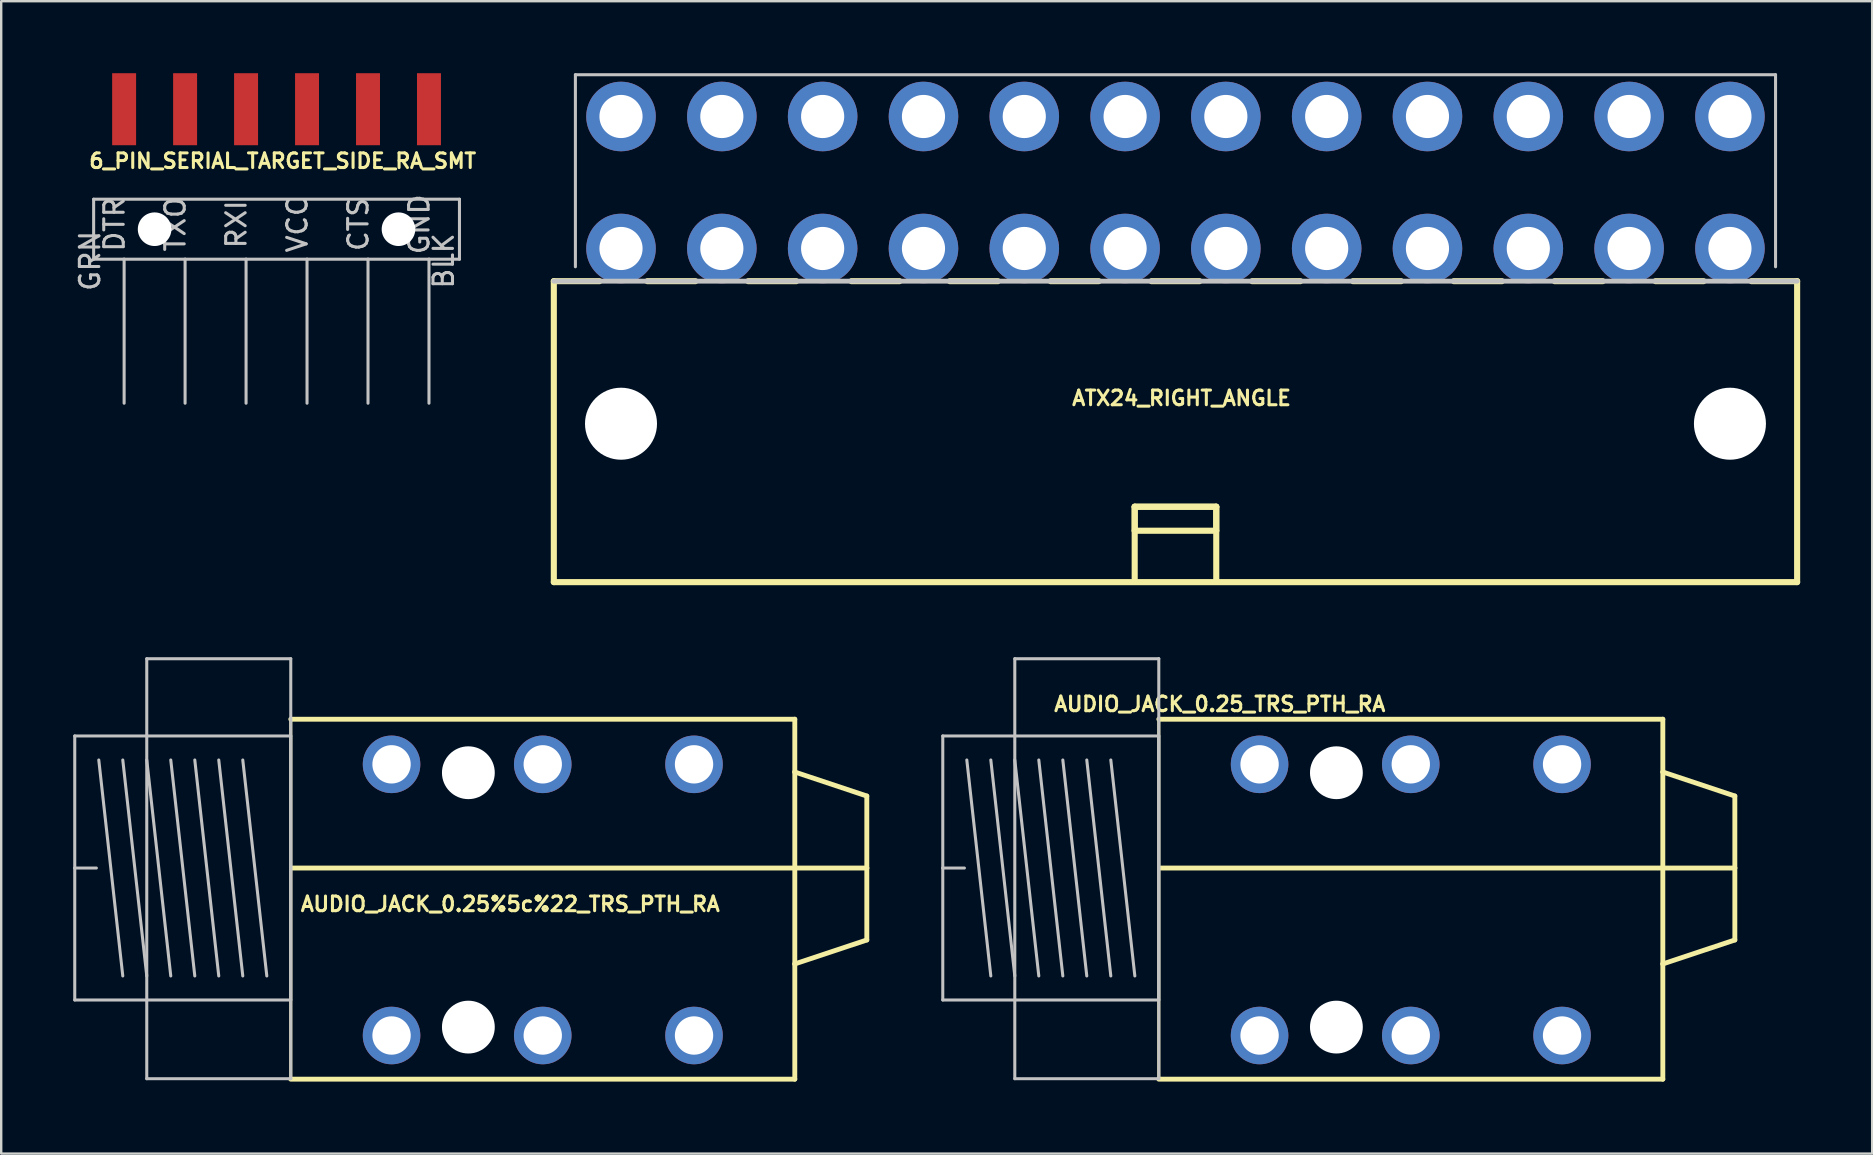
<source format=kicad_pcb>
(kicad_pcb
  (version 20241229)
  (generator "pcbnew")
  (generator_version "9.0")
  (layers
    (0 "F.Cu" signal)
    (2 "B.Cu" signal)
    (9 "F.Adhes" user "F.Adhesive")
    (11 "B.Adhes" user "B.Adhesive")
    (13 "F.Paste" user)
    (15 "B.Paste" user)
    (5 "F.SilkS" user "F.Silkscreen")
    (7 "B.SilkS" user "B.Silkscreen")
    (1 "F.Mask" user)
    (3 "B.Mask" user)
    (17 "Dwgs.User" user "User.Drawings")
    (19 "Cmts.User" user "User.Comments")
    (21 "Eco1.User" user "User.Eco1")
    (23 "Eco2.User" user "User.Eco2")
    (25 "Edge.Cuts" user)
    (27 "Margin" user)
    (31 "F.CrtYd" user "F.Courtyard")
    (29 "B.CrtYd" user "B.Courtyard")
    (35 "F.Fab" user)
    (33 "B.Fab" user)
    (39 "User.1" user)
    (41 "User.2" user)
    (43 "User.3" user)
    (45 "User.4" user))
  (footprint "6_PIN_SERIAL_TARGET_SIDE_RA_SMT"
    (layer "F.Cu")
    (at 8.471 6.499)
    (property "Reference" "6_PIN_SERIAL_TARGET_SIDE_RA_SMT" (at 0.254 -2.845 0) (layer "F.SilkS") (effects (font (size 0.61 0.61) (thickness 0.127))))
    (attr smd)
    (fp_line (start -7.62 -1.25) (end -7.62 1.25) (stroke (width 0.127) (type solid)) (layer "Dwgs.User"))
    (fp_line (start -7.62 1.25) (end -6.35 1.25) (stroke (width 0.127) (type solid)) (layer "Dwgs.User"))
    (fp_line (start -6.35 1.25) (end -6.35 7.249) (stroke (width 0.127) (type solid)) (layer "Dwgs.User"))
    (fp_line (start -6.35 1.25) (end -3.81 1.25) (stroke (width 0.127) (type solid)) (layer "Dwgs.User"))
    (fp_line (start -3.81 1.25) (end -3.81 7.249) (stroke (width 0.127) (type solid)) (layer "Dwgs.User"))
    (fp_line (start -3.81 1.25) (end -1.27 1.25) (stroke (width 0.127) (type solid)) (layer "Dwgs.User"))
    (fp_line (start -1.27 1.25) (end -1.27 7.249) (stroke (width 0.127) (type solid)) (layer "Dwgs.User"))
    (fp_line (start -1.27 1.25) (end 1.27 1.25) (stroke (width 0.127) (type solid)) (layer "Dwgs.User"))
    (fp_line (start 1.27 1.25) (end 1.27 7.249) (stroke (width 0.127) (type solid)) (layer "Dwgs.User"))
    (fp_line (start 1.27 1.25) (end 3.81 1.25) (stroke (width 0.127) (type solid)) (layer "Dwgs.User"))
    (fp_line (start 3.81 1.25) (end 3.81 7.249) (stroke (width 0.127) (type solid)) (layer "Dwgs.User"))
    (fp_line (start 3.81 1.25) (end 6.35 1.25) (stroke (width 0.127) (type solid)) (layer "Dwgs.User"))
    (fp_line (start 6.35 1.25) (end 6.35 7.249) (stroke (width 0.127) (type solid)) (layer "Dwgs.User"))
    (fp_line (start 6.35 1.25) (end 7.62 1.25) (stroke (width 0.127) (type solid)) (layer "Dwgs.User"))
    (fp_line (start 7.62 -1.25) (end -7.62 -1.25) (stroke (width 0.127) (type solid)) (layer "Dwgs.User"))
    (fp_line (start 7.62 1.25) (end 7.62 -1.25) (stroke (width 0.127) (type solid)) (layer "Dwgs.User"))
    (fp_text user "GND" (at 5.944 -0.203 90) (layer "Dwgs.User") (effects (font (size 0.813 0.813) (thickness 0.127))))
    (fp_text user "RXI" (at -1.676 -0.203 90) (layer "Dwgs.User") (effects (font (size 0.813 0.813) (thickness 0.127))))
    (fp_text user "CTS" (at 3.404 -0.203 90) (layer "Dwgs.User") (effects (font (size 0.813 0.813) (thickness 0.127))))
    (fp_text user "TXO" (at -4.216 -0.203 90) (layer "Dwgs.User") (effects (font (size 0.813 0.813) (thickness 0.127))))
    (fp_text user "VCC" (at 0.864 -0.203 90) (layer "Dwgs.User") (effects (font (size 0.813 0.813) (thickness 0.127))))
    (fp_text user "GRN" (at -7.772 1.321 90) (layer "Dwgs.User") (effects (font (size 0.813 0.813) (thickness 0.127))))
    (fp_text user "BLK" (at 6.96 1.321 90) (layer "Dwgs.User") (effects (font (size 0.813 0.813) (thickness 0.127))))
    (fp_text user "DTR" (at -6.756 -0.203 90) (layer "Dwgs.User") (effects (font (size 0.813 0.813) (thickness 0.127))))
    (pad "" np_thru_hole circle (at -5.08 0) (size 1.4 1.4) (drill 1.4) (layers "*.Cu" "*.Mask"))
    (pad "" np_thru_hole circle (at 5.08 0) (size 1.4 1.4) (drill 1.4) (layers "*.Cu" "*.Mask"))
    (pad "1" smd rect (at -6.35 -4.999 90) (size 3 0.998) (layers "F.Cu" "F.Mask" "F.Paste"))
    (pad "2" smd rect (at -3.81 -4.999 90) (size 3 0.998) (layers "F.Cu" "F.Mask" "F.Paste"))
    (pad "3" smd rect (at -1.27 -4.999 90) (size 3 0.998) (layers "F.Cu" "F.Mask" "F.Paste"))
    (pad "4" smd rect (at 1.27 -4.999 90) (size 3 0.998) (layers "F.Cu" "F.Mask" "F.Paste"))
    (pad "5" smd rect (at 3.81 -4.999 90) (size 3 0.998) (layers "F.Cu" "F.Mask" "F.Paste"))
    (pad "6" smd rect (at 6.35 -4.999 90) (size 3 0.998) (layers "F.Cu" "F.Mask" "F.Paste")))
  (footprint "AUDIO_JACK_0.25%5c%22_TRS_PTH_RA"
    (layer "F.Cu")
    (at 9.063 33.14)
    (property "Reference" "AUDIO_JACK_0.25%5c%22_TRS_PTH_RA" (at 9.144 1.473 0) (layer "F.SilkS") (effects (font (size 0.61 0.61) (thickness 0.127))))
    (attr exclude_from_pos_files exclude_from_bom)
    (fp_line (start 0 -6.228) (end 0 8.768) (stroke (width 0.127) (type solid)) (layer "F.SilkS"))
    (fp_line (start 0 8.768) (end 20.998 8.768) (stroke (width 0.203) (type solid)) (layer "F.SilkS"))
    (fp_line (start 0.094 -0.028) (end 23.998 -0.028) (stroke (width 0.203) (type solid)) (layer "F.SilkS"))
    (fp_line (start 20.998 -6.228) (end 0 -6.228) (stroke (width 0.203) (type solid)) (layer "F.SilkS"))
    (fp_line (start 20.998 -4.028) (end 20.998 -6.228) (stroke (width 0.203) (type solid)) (layer "F.SilkS"))
    (fp_line (start 20.998 3.967) (end 20.998 -4.028) (stroke (width 0.203) (type solid)) (layer "F.SilkS"))
    (fp_line (start 20.998 8.768) (end 20.998 3.967) (stroke (width 0.203) (type solid)) (layer "F.SilkS"))
    (fp_line (start 23.998 -3.028) (end 20.998 -4.028) (stroke (width 0.203) (type solid)) (layer "F.SilkS"))
    (fp_line (start 23.998 -0.028) (end 23.998 -3.028) (stroke (width 0.203) (type solid)) (layer "F.SilkS"))
    (fp_line (start 23.998 -0.028) (end 23.998 2.969) (stroke (width 0.203) (type solid)) (layer "F.SilkS"))
    (fp_line (start 23.998 2.969) (end 20.998 3.967) (stroke (width 0.203) (type solid)) (layer "F.SilkS"))
    (fp_line (start -8.999 -5.53) (end 0 -5.53) (stroke (width 0.127) (type solid)) (layer "Dwgs.User"))
    (fp_line (start -8.999 -0.028) (end -8.999 -5.53) (stroke (width 0.127) (type solid)) (layer "Dwgs.User"))
    (fp_line (start -8.999 -0.028) (end -8.098 -0.028) (stroke (width 0.127) (type solid)) (layer "Dwgs.User"))
    (fp_line (start -8.999 5.469) (end -8.999 -0.028) (stroke (width 0.127) (type solid)) (layer "Dwgs.User"))
    (fp_line (start -7.998 -4.529) (end -6.998 4.468) (stroke (width 0.127) (type solid)) (layer "Dwgs.User"))
    (fp_line (start -6.998 -4.529) (end -5.999 4.468) (stroke (width 0.127) (type solid)) (layer "Dwgs.User"))
    (fp_line (start -5.999 -8.748) (end -5.999 8.748) (stroke (width 0.127) (type solid)) (layer "Dwgs.User"))
    (fp_line (start -5.999 -8.748) (end 0 -8.748) (stroke (width 0.127) (type solid)) (layer "Dwgs.User"))
    (fp_line (start -5.999 -4.529) (end -4.999 4.468) (stroke (width 0.127) (type solid)) (layer "Dwgs.User"))
    (fp_line (start -5.999 8.748) (end 0 8.748) (stroke (width 0.127) (type solid)) (layer "Dwgs.User"))
    (fp_line (start -4.999 -4.529) (end -3.998 4.468) (stroke (width 0.127) (type solid)) (layer "Dwgs.User"))
    (fp_line (start -3.998 -4.529) (end -3 4.468) (stroke (width 0.127) (type solid)) (layer "Dwgs.User"))
    (fp_line (start -3 -4.529) (end -1.999 4.468) (stroke (width 0.127) (type solid)) (layer "Dwgs.User"))
    (fp_line (start -1.999 -4.529) (end -0.998 4.468) (stroke (width 0.127) (type solid)) (layer "Dwgs.User"))
    (fp_line (start 0 -8.748) (end 0 8.748) (stroke (width 0.127) (type solid)) (layer "Dwgs.User"))
    (fp_line (start 0 -5.53) (end 0 5.469) (stroke (width 0.127) (type solid)) (layer "Dwgs.User"))
    (fp_line (start 0 5.469) (end -8.999 5.469) (stroke (width 0.127) (type solid)) (layer "Dwgs.User"))
    (pad "" np_thru_hole circle (at 7.399 -3.998) (size 2.2 2.2) (drill 2.2) (layers "*.Cu" "*.Mask"))
    (pad "" np_thru_hole circle (at 7.399 6.599) (size 2.2 2.2) (drill 2.2) (layers "*.Cu" "*.Mask"))
    (pad "RING" thru_hole circle (at 10.498 -4.348) (size 2.398 2.398) (drill 1.598) (layers "*.Cu" "*.Paste" "*.Mask"))
    (pad "RING" thru_hole circle (at 10.498 6.949) (size 2.398 2.398) (drill 1.598) (layers "*.Cu" "*.Paste" "*.Mask"))
    (pad "SLEE" thru_hole circle (at 4.199 -4.348) (size 2.398 2.398) (drill 1.598) (layers "*.Cu" "*.Paste" "*.Mask"))
    (pad "SLEE" thru_hole circle (at 4.199 6.949) (size 2.398 2.398) (drill 1.598) (layers "*.Cu" "*.Paste" "*.Mask"))
    (pad "TIP" thru_hole circle (at 16.8 6.949) (size 2.398 2.398) (drill 1.598) (layers "*.Cu" "*.Paste" "*.Mask"))
    (pad "TIP-" thru_hole circle (at 16.8 -4.348) (size 2.398 2.398) (drill 1.598) (layers "*.Cu" "*.Paste" "*.Mask")))
  (footprint "AUDIO_JACK_0.25_TRS_PTH_RA"
    (layer "F.Cu")
    (at 45.225 33.14)
    (property "Reference" "AUDIO_JACK_0.25_TRS_PTH_RA" (at 2.54 -6.858 0) (layer "F.SilkS") (effects (font (size 0.61 0.61) (thickness 0.127))))
    (attr exclude_from_pos_files exclude_from_bom)
    (fp_line (start 0 -6.228) (end 0 8.768) (stroke (width 0.127) (type solid)) (layer "F.SilkS"))
    (fp_line (start 0 8.768) (end 20.998 8.768) (stroke (width 0.203) (type solid)) (layer "F.SilkS"))
    (fp_line (start 0.094 -0.028) (end 23.998 -0.028) (stroke (width 0.203) (type solid)) (layer "F.SilkS"))
    (fp_line (start 20.998 -6.228) (end 0 -6.228) (stroke (width 0.203) (type solid)) (layer "F.SilkS"))
    (fp_line (start 20.998 -4.028) (end 20.998 -6.228) (stroke (width 0.203) (type solid)) (layer "F.SilkS"))
    (fp_line (start 20.998 3.967) (end 20.998 -4.028) (stroke (width 0.203) (type solid)) (layer "F.SilkS"))
    (fp_line (start 20.998 8.768) (end 20.998 3.967) (stroke (width 0.203) (type solid)) (layer "F.SilkS"))
    (fp_line (start 23.998 -3.028) (end 20.998 -4.028) (stroke (width 0.203) (type solid)) (layer "F.SilkS"))
    (fp_line (start 23.998 -0.028) (end 23.998 -3.028) (stroke (width 0.203) (type solid)) (layer "F.SilkS"))
    (fp_line (start 23.998 -0.028) (end 23.998 2.969) (stroke (width 0.203) (type solid)) (layer "F.SilkS"))
    (fp_line (start 23.998 2.969) (end 20.998 3.967) (stroke (width 0.203) (type solid)) (layer "F.SilkS"))
    (fp_line (start -8.999 -5.53) (end 0 -5.53) (stroke (width 0.127) (type solid)) (layer "Dwgs.User"))
    (fp_line (start -8.999 -0.028) (end -8.999 -5.53) (stroke (width 0.127) (type solid)) (layer "Dwgs.User"))
    (fp_line (start -8.999 -0.028) (end -8.098 -0.028) (stroke (width 0.127) (type solid)) (layer "Dwgs.User"))
    (fp_line (start -8.999 5.469) (end -8.999 -0.028) (stroke (width 0.127) (type solid)) (layer "Dwgs.User"))
    (fp_line (start -7.998 -4.529) (end -6.998 4.468) (stroke (width 0.127) (type solid)) (layer "Dwgs.User"))
    (fp_line (start -6.998 -4.529) (end -5.999 4.468) (stroke (width 0.127) (type solid)) (layer "Dwgs.User"))
    (fp_line (start -5.999 -8.748) (end -5.999 8.748) (stroke (width 0.127) (type solid)) (layer "Dwgs.User"))
    (fp_line (start -5.999 -8.748) (end 0 -8.748) (stroke (width 0.127) (type solid)) (layer "Dwgs.User"))
    (fp_line (start -5.999 -4.529) (end -4.999 4.468) (stroke (width 0.127) (type solid)) (layer "Dwgs.User"))
    (fp_line (start -5.999 8.748) (end 0 8.748) (stroke (width 0.127) (type solid)) (layer "Dwgs.User"))
    (fp_line (start -4.999 -4.529) (end -3.998 4.468) (stroke (width 0.127) (type solid)) (layer "Dwgs.User"))
    (fp_line (start -3.998 -4.529) (end -3 4.468) (stroke (width 0.127) (type solid)) (layer "Dwgs.User"))
    (fp_line (start -3 -4.529) (end -1.999 4.468) (stroke (width 0.127) (type solid)) (layer "Dwgs.User"))
    (fp_line (start -1.999 -4.529) (end -0.998 4.468) (stroke (width 0.127) (type solid)) (layer "Dwgs.User"))
    (fp_line (start 0 -8.748) (end 0 8.748) (stroke (width 0.127) (type solid)) (layer "Dwgs.User"))
    (fp_line (start 0 -5.53) (end 0 5.469) (stroke (width 0.127) (type solid)) (layer "Dwgs.User"))
    (fp_line (start 0 5.469) (end -8.999 5.469) (stroke (width 0.127) (type solid)) (layer "Dwgs.User"))
    (pad "" np_thru_hole circle (at 7.399 -3.998) (size 2.2 2.2) (drill 2.2) (layers "*.Cu" "*.Mask"))
    (pad "" np_thru_hole circle (at 7.399 6.599) (size 2.2 2.2) (drill 2.2) (layers "*.Cu" "*.Mask"))
    (pad "RING" thru_hole circle (at 10.498 -4.348) (size 2.398 2.398) (drill 1.598) (layers "*.Cu" "*.Paste" "*.Mask"))
    (pad "RING" thru_hole circle (at 10.498 6.949) (size 2.398 2.398) (drill 1.598) (layers "*.Cu" "*.Paste" "*.Mask"))
    (pad "SLEE" thru_hole circle (at 4.199 -4.348) (size 2.398 2.398) (drill 1.598) (layers "*.Cu" "*.Paste" "*.Mask"))
    (pad "SLEE" thru_hole circle (at 4.199 6.949) (size 2.398 2.398) (drill 1.598) (layers "*.Cu" "*.Paste" "*.Mask"))
    (pad "TIP" thru_hole circle (at 16.8 6.949) (size 2.398 2.398) (drill 1.598) (layers "*.Cu" "*.Paste" "*.Mask"))
    (pad "TIP-" thru_hole circle (at 16.8 -4.348) (size 2.398 2.398) (drill 1.598) (layers "*.Cu" "*.Paste" "*.Mask")))
  (footprint "ATX24_RIGHT_ANGLE"
    (layer "F.Cu")
    (at 45.92 12.062)
    (property "Reference" "ATX24_RIGHT_ANGLE" (at 0.254 1.473 0) (layer "F.SilkS") (effects (font (size 0.61 0.61) (thickness 0.127))))
    (attr exclude_from_pos_files exclude_from_bom)
    (fp_line (start -25.898 -3.399) (end -25.898 9.139) (stroke (width 0.254) (type solid)) (layer "F.SilkS"))
    (fp_line (start -25.898 -3.399) (end -23.998 -3.399) (stroke (width 0.254) (type solid)) (layer "F.SilkS"))
    (fp_line (start -25.898 9.139) (end 25.898 9.139) (stroke (width 0.254) (type solid)) (layer "F.SilkS"))
    (fp_line (start -20 -3.399) (end -21.999 -3.399) (stroke (width 0.254) (type solid)) (layer "F.SilkS"))
    (fp_line (start -15.799 -3.399) (end -17.798 -3.399) (stroke (width 0.254) (type solid)) (layer "F.SilkS"))
    (fp_line (start -11.499 -3.399) (end -13.498 -3.399) (stroke (width 0.254) (type solid)) (layer "F.SilkS"))
    (fp_line (start -7.399 -3.399) (end -9.398 -3.399) (stroke (width 0.254) (type solid)) (layer "F.SilkS"))
    (fp_line (start -3.198 -3.399) (end -5.199 -3.399) (stroke (width 0.254) (type solid)) (layer "F.SilkS"))
    (fp_line (start -1.699 5.999) (end -1.699 6.998) (stroke (width 0.254) (type solid)) (layer "F.SilkS"))
    (fp_line (start -1.699 5.999) (end 1.699 5.999) (stroke (width 0.254) (type solid)) (layer "F.SilkS"))
    (fp_line (start -1.699 6.998) (end 1.699 6.998) (stroke (width 0.254) (type solid)) (layer "F.SilkS"))
    (fp_line (start -1.699 8.999) (end -1.699 5.999) (stroke (width 0.254) (type solid)) (layer "F.SilkS"))
    (fp_line (start 0.998 -3.399) (end -0.998 -3.399) (stroke (width 0.254) (type solid)) (layer "F.SilkS"))
    (fp_line (start 1.699 5.999) (end -1.699 5.999) (stroke (width 0.254) (type solid)) (layer "F.SilkS"))
    (fp_line (start 1.699 5.999) (end 1.699 8.999) (stroke (width 0.254) (type solid)) (layer "F.SilkS"))
    (fp_line (start 1.699 6.998) (end 1.699 5.999) (stroke (width 0.254) (type solid)) (layer "F.SilkS"))
    (fp_line (start 5.199 -3.399) (end 3.198 -3.399) (stroke (width 0.254) (type solid)) (layer "F.SilkS"))
    (fp_line (start 9.398 -3.399) (end 7.399 -3.399) (stroke (width 0.254) (type solid)) (layer "F.SilkS"))
    (fp_line (start 13.599 -3.399) (end 11.598 -3.399) (stroke (width 0.254) (type solid)) (layer "F.SilkS"))
    (fp_line (start 17.798 -3.399) (end 15.799 -3.399) (stroke (width 0.254) (type solid)) (layer "F.SilkS"))
    (fp_line (start 21.999 -3.399) (end 20 -3.399) (stroke (width 0.254) (type solid)) (layer "F.SilkS"))
    (fp_line (start 25.898 -3.399) (end 23.998 -3.399) (stroke (width 0.254) (type solid)) (layer "F.SilkS"))
    (fp_line (start 25.898 9.139) (end 25.898 -3.399) (stroke (width 0.254) (type solid)) (layer "F.SilkS"))
    (fp_line (start -24.999 -11.999) (end 24.999 -11.999) (stroke (width 0.127) (type solid)) (layer "Dwgs.User"))
    (fp_line (start -24.999 -3.998) (end -24.999 -11.999) (stroke (width 0.127) (type solid)) (layer "Dwgs.User"))
    (fp_line (start 24.999 -11.999) (end 24.999 -3.998) (stroke (width 0.127) (type solid)) (layer "Dwgs.User"))
    (fp_line (start 25.898 -3.399) (end -25.898 -3.399) (stroke (width 0.203) (type solid)) (layer "Dwgs.User"))
    (pad "" np_thru_hole circle (at -23.099 2.54) (size 3 3) (drill 3) (layers "*.Cu" "*.Mask"))
    (pad "" np_thru_hole circle (at 23.099 2.54) (size 3 3) (drill 3) (layers "*.Cu" "*.Mask"))
    (pad "1" thru_hole circle (at 23.099 -4.76) (size 2.898 2.898) (drill 1.798) (layers "*.Cu" "*.Paste" "*.Mask"))
    (pad "2" thru_hole circle (at 18.898 -4.76) (size 2.898 2.898) (drill 1.798) (layers "*.Cu" "*.Paste" "*.Mask"))
    (pad "3" thru_hole circle (at 14.699 -4.76) (size 2.898 2.898) (drill 1.798) (layers "*.Cu" "*.Paste" "*.Mask"))
    (pad "4" thru_hole circle (at 10.498 -4.76) (size 2.898 2.898) (drill 1.798) (layers "*.Cu" "*.Paste" "*.Mask"))
    (pad "5" thru_hole circle (at 6.299 -4.76) (size 2.898 2.898) (drill 1.798) (layers "*.Cu" "*.Paste" "*.Mask"))
    (pad "6" thru_hole circle (at 2.098 -4.76) (size 2.898 2.898) (drill 1.798) (layers "*.Cu" "*.Paste" "*.Mask"))
    (pad "7" thru_hole circle (at -2.098 -4.76) (size 2.898 2.898) (drill 1.798) (layers "*.Cu" "*.Paste" "*.Mask"))
    (pad "8" thru_hole circle (at -6.299 -4.76) (size 2.898 2.898) (drill 1.798) (layers "*.Cu" "*.Paste" "*.Mask"))
    (pad "9" thru_hole circle (at -10.498 -4.76) (size 2.898 2.898) (drill 1.798) (layers "*.Cu" "*.Paste" "*.Mask"))
    (pad "10" thru_hole circle (at -14.699 -4.76) (size 2.898 2.898) (drill 1.798) (layers "*.Cu" "*.Paste" "*.Mask"))
    (pad "11" thru_hole circle (at -18.898 -4.76) (size 2.898 2.898) (drill 1.798) (layers "*.Cu" "*.Paste" "*.Mask"))
    (pad "12" thru_hole circle (at -23.099 -4.76) (size 2.898 2.898) (drill 1.798) (layers "*.Cu" "*.Paste" "*.Mask"))
    (pad "13" thru_hole circle (at 23.099 -10.259) (size 2.898 2.898) (drill 1.798) (layers "*.Cu" "*.Paste" "*.Mask"))
    (pad "14" thru_hole circle (at 18.898 -10.259) (size 2.898 2.898) (drill 1.798) (layers "*.Cu" "*.Paste" "*.Mask"))
    (pad "15" thru_hole circle (at 14.699 -10.259) (size 2.898 2.898) (drill 1.798) (layers "*.Cu" "*.Paste" "*.Mask"))
    (pad "16" thru_hole circle (at 10.498 -10.259) (size 2.898 2.898) (drill 1.798) (layers "*.Cu" "*.Paste" "*.Mask"))
    (pad "17" thru_hole circle (at 6.299 -10.259) (size 2.898 2.898) (drill 1.798) (layers "*.Cu" "*.Paste" "*.Mask"))
    (pad "18" thru_hole circle (at 2.098 -10.259) (size 2.898 2.898) (drill 1.798) (layers "*.Cu" "*.Paste" "*.Mask"))
    (pad "19" thru_hole circle (at -2.098 -10.259) (size 2.898 2.898) (drill 1.798) (layers "*.Cu" "*.Paste" "*.Mask"))
    (pad "20" thru_hole circle (at -6.299 -10.259) (size 2.898 2.898) (drill 1.798) (layers "*.Cu" "*.Paste" "*.Mask"))
    (pad "21" thru_hole circle (at -10.498 -10.259) (size 2.898 2.898) (drill 1.798) (layers "*.Cu" "*.Paste" "*.Mask"))
    (pad "22" thru_hole circle (at -14.699 -10.259) (size 2.898 2.898) (drill 1.798) (layers "*.Cu" "*.Paste" "*.Mask"))
    (pad "23" thru_hole circle (at -18.898 -10.259) (size 2.898 2.898) (drill 1.798) (layers "*.Cu" "*.Paste" "*.Mask"))
    (pad "24" thru_hole circle (at -23.099 -10.259) (size 2.898 2.898) (drill 1.798) (layers "*.Cu" "*.Paste" "*.Mask")))
  (gr_rect
    (start -3 -3)
    (end 74.945 45.009)
    (stroke (width 0.1) (type default))
    (fill no)
    (layer "Edge.Cuts")))
</source>
